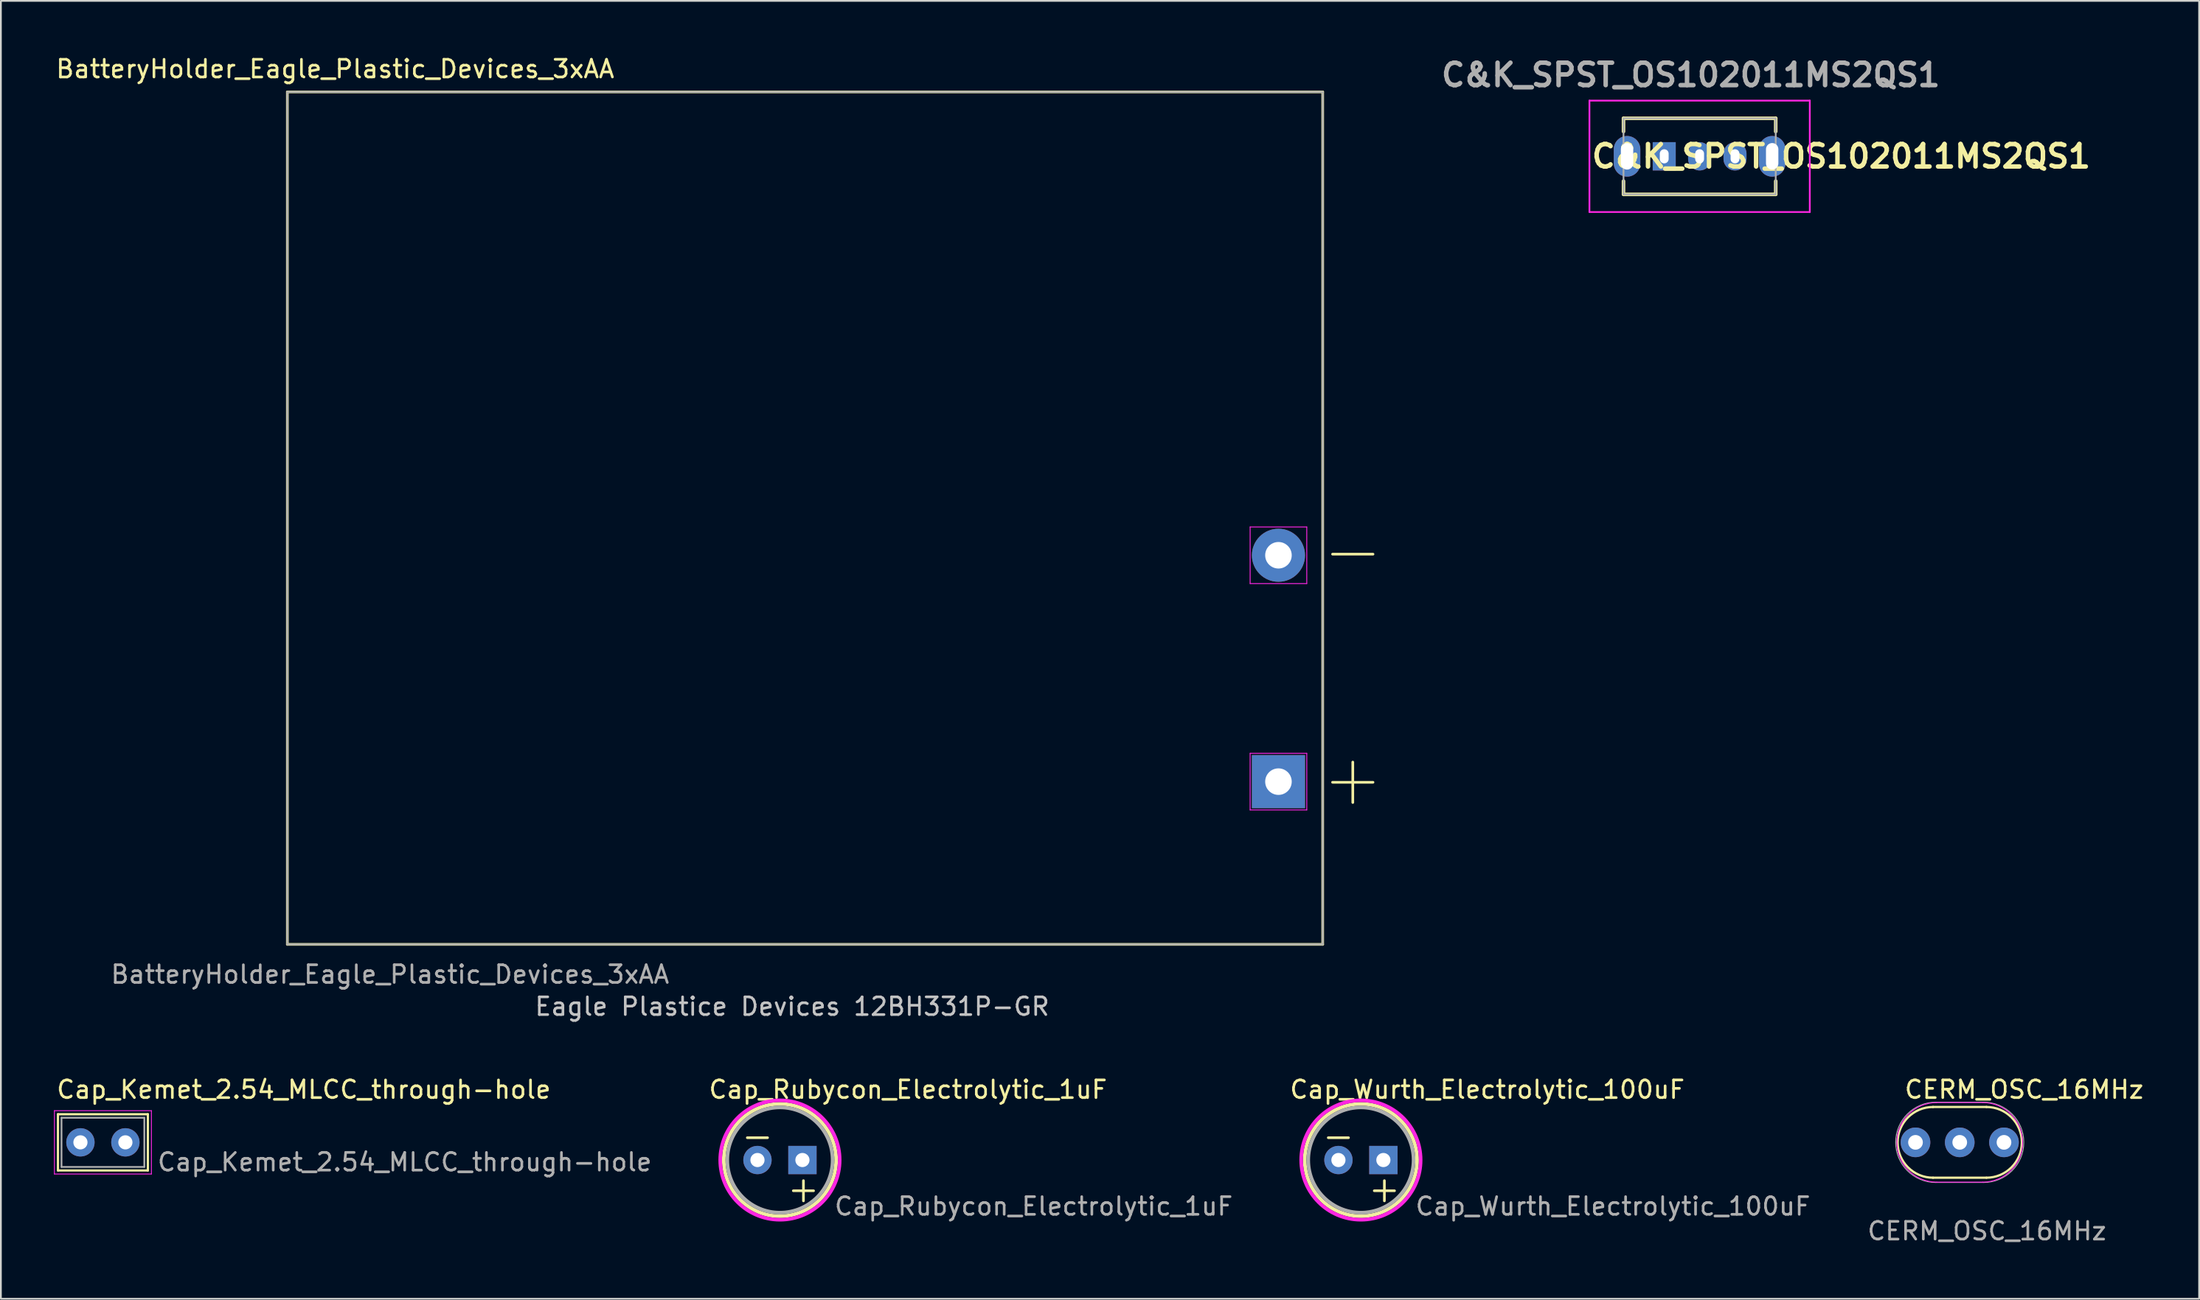
<source format=kicad_pcb>
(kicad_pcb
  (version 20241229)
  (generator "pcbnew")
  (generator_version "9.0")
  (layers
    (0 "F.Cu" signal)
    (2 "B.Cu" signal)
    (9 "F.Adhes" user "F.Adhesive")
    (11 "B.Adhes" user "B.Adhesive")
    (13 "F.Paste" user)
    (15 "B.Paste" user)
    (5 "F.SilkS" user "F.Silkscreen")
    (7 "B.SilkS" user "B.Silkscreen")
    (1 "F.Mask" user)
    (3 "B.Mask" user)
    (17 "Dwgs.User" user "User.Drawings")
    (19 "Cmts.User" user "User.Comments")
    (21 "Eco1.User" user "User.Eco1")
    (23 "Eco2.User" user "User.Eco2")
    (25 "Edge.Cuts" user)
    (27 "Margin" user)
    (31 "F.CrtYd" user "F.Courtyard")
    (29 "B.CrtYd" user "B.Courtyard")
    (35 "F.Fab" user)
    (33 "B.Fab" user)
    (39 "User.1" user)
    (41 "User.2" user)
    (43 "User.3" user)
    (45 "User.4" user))
  (footprint "CERM_OSC_16MHz"
    (layer "F.Cu")
    (at 107.682 61.545)
    (property "Reference" "CERM_OSC_16MHz" (at -3.2 -2.4 0) (unlocked yes) (layer "F.SilkS") (effects (font (size 1 1) (thickness 0.15)) (justify left bottom)))
    (fp_line (start -1.51 -2) (end 1.51 -2) (stroke (width 0.127) (type solid)) (layer "F.SilkS"))
    (fp_line (start 1.51 2) (end -1.51 2) (stroke (width 0.127) (type solid)) (layer "F.SilkS"))
    (fp_arc (start -1.51 2) (mid -3.51 0) (end -1.51 -2) (stroke (width 0.127) (type solid)) (layer "F.SilkS"))
    (fp_arc (start 1.51 -2) (mid 3.51 0) (end 1.51 2) (stroke (width 0.127) (type solid)) (layer "F.SilkS"))
    (fp_line (start -1.3 -2.25) (end 1.3 -2.25) (stroke (width 0.05) (type default)) (layer "F.CrtYd"))
    (fp_line (start -1.3 2.25) (end 1.3 2.25) (stroke (width 0.05) (type default)) (layer "F.CrtYd"))
    (fp_arc (start -1.3 2.25) (mid -3.55 0) (end -1.3 -2.25) (stroke (width 0.05) (type default)) (layer "F.CrtYd"))
    (fp_arc (start 1.3 -2.25) (mid 3.55 0) (end 1.3 2.25) (stroke (width 0.05) (type default)) (layer "F.CrtYd"))
    (fp_line (start -1.35 -2.27) (end 1.35 -2.27) (stroke (width 0.05) (type default)) (layer "F.Fab"))
    (fp_line (start -1.35 2.27) (end 1.35 2.27) (stroke (width 0.05) (type default)) (layer "F.Fab"))
    (fp_arc (start -1.35 2.27) (mid -3.62 0) (end -1.35 -2.27) (stroke (width 0.05) (type default)) (layer "F.Fab"))
    (fp_arc (start 1.35 -2.27) (mid 3.62 0) (end 1.35 2.27) (stroke (width 0.05) (type default)) (layer "F.Fab"))
    (fp_text user "${REFERENCE}" (at -5.3 5.6 0) (unlocked yes) (layer "F.Fab") (effects (font (size 1 1) (thickness 0.15)) (justify left bottom)))
    (pad "P$1" thru_hole circle (at -2.5 0) (size 1.676 1.676) (drill 0.83) (layers "*.Cu" "*.Mask"))
    (pad "P$2" thru_hole circle (at 0 0) (size 1.676 1.676) (drill 0.83) (layers "*.Cu" "*.Mask"))
    (pad "P$3" thru_hole circle (at 2.5 0) (size 1.676 1.676) (drill 0.83) (layers "*.Cu" "*.Mask")))
  (footprint "Cap_Kemet_2.54_MLCC_through-hole"
    (layer "F.Cu")
    (at 2.765 61.545)
    (property "Reference" "Cap_Kemet_2.54_MLCC_through-hole" (at -2.7 -2.4 0) (unlocked yes) (layer "F.SilkS") (effects (font (size 1 1) (thickness 0.15)) (justify left bottom)))
    (fp_line (start -2.54 -1.59) (end 2.54 -1.59) (stroke (width 0.127) (type solid)) (layer "F.SilkS"))
    (fp_line (start -2.54 1.59) (end -2.54 -1.59) (stroke (width 0.127) (type solid)) (layer "F.SilkS"))
    (fp_line (start 2.54 -1.59) (end 2.54 1.59) (stroke (width 0.127) (type solid)) (layer "F.SilkS"))
    (fp_line (start 2.54 1.59) (end -2.54 1.59) (stroke (width 0.127) (type solid)) (layer "F.SilkS"))
    (fp_line (start -2.74 -1.79) (end 2.74 -1.79) (stroke (width 0.05) (type default)) (layer "F.CrtYd"))
    (fp_line (start -2.74 1.79) (end -2.74 -1.79) (stroke (width 0.05) (type default)) (layer "F.CrtYd"))
    (fp_line (start 2.74 -1.79) (end 2.74 1.79) (stroke (width 0.05) (type default)) (layer "F.CrtYd"))
    (fp_line (start 2.74 1.79) (end -2.74 1.79) (stroke (width 0.05) (type default)) (layer "F.CrtYd"))
    (fp_line (start -2.34 -1.39) (end -2.34 1.39) (stroke (width 0.1) (type default)) (layer "F.Fab"))
    (fp_line (start -2.34 1.39) (end 2.34 1.39) (stroke (width 0.1) (type default)) (layer "F.Fab"))
    (fp_line (start 2.34 -1.39) (end -2.34 -1.39) (stroke (width 0.1) (type default)) (layer "F.Fab"))
    (fp_line (start 2.34 1.39) (end 2.34 -1.39) (stroke (width 0.1) (type default)) (layer "F.Fab"))
    (fp_text user "${REFERENCE}" (at 3 1.7 0) (unlocked yes) (layer "F.Fab") (effects (font (size 1 1) (thickness 0.15)) (justify left bottom)))
    (pad "1" thru_hole circle (at -1.27 0) (size 1.6 1.6) (drill 0.8) (layers "*.Cu" "*.Mask"))
    (pad "2" thru_hole circle (at 1.27 0) (size 1.6 1.6) (drill 0.8) (layers "*.Cu" "*.Mask")))
  (footprint "BatteryHolder_Eagle_Plastic_Devices_3xAA"
    (layer "F.Cu")
    (at 13.187 26.248)
    (property "Reference" "BatteryHolder_Eagle_Plastic_Devices_3xAA" (at 2.7 -25.4 0) (layer "F.SilkS") (effects (font (size 1 1) (thickness 0.15))))
    (attr through_hole)
    (fp_line (start 0 -24.1) (end 0 24.1) (stroke (width 0.15) (type solid)) (layer "F.SilkS"))
    (fp_line (start 0 -24.1) (end 58.5 -24.1) (stroke (width 0.15) (type solid)) (layer "F.SilkS"))
    (fp_line (start 0 24.1) (end 58.5 24.1) (stroke (width 0.15) (type solid)) (layer "F.SilkS"))
    (fp_line (start 58.5 -24.1) (end 58.5 24.1) (stroke (width 0.15) (type solid)) (layer "F.SilkS"))
    (fp_line (start 54.4 0.5) (end 54.4 3.7) (stroke (width 0.05) (type solid)) (layer "F.CrtYd"))
    (fp_line (start 54.4 13.3) (end 54.4 16.5) (stroke (width 0.05) (type solid)) (layer "F.CrtYd"))
    (fp_line (start 57.6 0.5) (end 54.4 0.5) (stroke (width 0.05) (type solid)) (layer "F.CrtYd"))
    (fp_line (start 57.6 0.5) (end 57.6 3.7) (stroke (width 0.05) (type solid)) (layer "F.CrtYd"))
    (fp_line (start 57.6 3.7) (end 54.4 3.7) (stroke (width 0.05) (type solid)) (layer "F.CrtYd"))
    (fp_line (start 57.6 13.3) (end 54.4 13.3) (stroke (width 0.05) (type solid)) (layer "F.CrtYd"))
    (fp_line (start 57.6 13.3) (end 57.6 16.5) (stroke (width 0.05) (type solid)) (layer "F.CrtYd"))
    (fp_line (start 57.6 16.5) (end 54.4 16.5) (stroke (width 0.05) (type solid)) (layer "F.CrtYd"))
    (fp_line (start 0 -24.1) (end 58.5 -24.1) (stroke (width 0.1) (type solid)) (layer "F.Fab"))
    (fp_line (start 0 24.1) (end 0 -24.1) (stroke (width 0.1) (type solid)) (layer "F.Fab"))
    (fp_line (start 58.5 -24.1) (end 58.5 24.1) (stroke (width 0.1) (type solid)) (layer "F.Fab"))
    (fp_line (start 58.5 24.1) (end 0 24.1) (stroke (width 0.1) (type solid)) (layer "F.Fab"))
    (fp_text user "+" (at 60.2 14.7 0) (layer "F.SilkS") (effects (font (size 3 3) (thickness 0.15))))
    (fp_text user "-" (at 60.2 1.8 0) (layer "F.SilkS") (effects (font (size 3 3) (thickness 0.15))))
    (fp_text user "Eagle Plastice Devices 12BH331P-GR" (at 13.9 28.2 0) (unlocked yes) (layer "Dwgs.User") (effects (font (size 1 1) (thickness 0.15)) (justify left bottom)))
    (fp_text user "${REFERENCE}" (at 5.8 25.8 0) (layer "F.Fab") (effects (font (size 1 1) (thickness 0.15))))
    (pad "+" thru_hole rect (at 56 14.9) (size 3 3) (drill 1.5) (layers "*.Cu" "*.Mask"))
    (pad "-" thru_hole circle (at 56 2.1) (size 3 3) (drill 1.5) (layers "*.Cu" "*.Mask")))
  (footprint "Cap_Wurth_Electrolytic_100uF"
    (layer "F.Cu")
    (at 73.846 62.545)
    (property "Reference" "Cap_Wurth_Electrolytic_100uF" (at -4.1 -3.4 0) (unlocked yes) (layer "F.SilkS") (effects (font (size 1 1) (thickness 0.15)) (justify left bottom)))
    (fp_circle (center 0 0) (end 3.175 0) (stroke (width 0.203) (type solid)) (fill no) (layer "F.SilkS"))
    (fp_circle (center 0 0) (end 3.375 0) (stroke (width 0.203) (type solid)) (fill no) (layer "F.CrtYd"))
    (fp_circle (center 0 0) (end 2.975 0) (stroke (width 0.203) (type solid)) (fill no) (layer "F.Fab"))
    (fp_text user "-" (at -2.3 -0.5 0) (unlocked yes) (layer "F.SilkS") (effects (font (size 1.5 1.5) (thickness 0.15)) (justify left bottom)))
    (fp_text user "+" (at 0.3 2.5 0) (unlocked yes) (layer "F.SilkS") (effects (font (size 1.5 1.5) (thickness 0.15)) (justify left bottom)))
    (fp_text user "${REFERENCE}" (at 3 3.2 0) (unlocked yes) (layer "F.Fab") (effects (font (size 1 1) (thickness 0.15)) (justify left bottom)))
    (pad "+" thru_hole rect (at 1.27 0) (size 1.6 1.6) (drill 0.8) (layers "*.Cu" "*.Mask"))
    (pad "-" thru_hole circle (at -1.27 0) (size 1.6 1.6) (drill 0.8) (layers "*.Cu" "*.Mask")))
  (footprint "C&K_SPST_OS102011MS2QS1"
    (layer "F.Cu")
    (at 90.984 5.789)
    (property "Reference" "C&K_SPST_OS102011MS2QS1" (at 10 0 0) (layer "F.SilkS") (effects (font (size 1.27 1.27) (thickness 0.254))))
    (attr through_hole)
    (fp_line (start -2.3 -2.15) (end 6.3 -2.15) (stroke (width 0.2) (type solid)) (layer "F.SilkS"))
    (fp_line (start -2.3 -1.4) (end -2.3 -2.15) (stroke (width 0.2) (type solid)) (layer "F.SilkS"))
    (fp_line (start -2.3 1.4) (end -2.3 2.15) (stroke (width 0.2) (type solid)) (layer "F.SilkS"))
    (fp_line (start -2.3 2.15) (end 6.3 2.15) (stroke (width 0.2) (type solid)) (layer "F.SilkS"))
    (fp_line (start 6.3 -2.15) (end 6.3 -1.4) (stroke (width 0.2) (type solid)) (layer "F.SilkS"))
    (fp_line (start 6.3 2.15) (end 6.3 1.4) (stroke (width 0.2) (type solid)) (layer "F.SilkS"))
    (fp_line (start -4.225 -3.15) (end 8.225 -3.15) (stroke (width 0.1) (type solid)) (layer "F.CrtYd"))
    (fp_line (start -4.225 3.15) (end -4.225 -3.15) (stroke (width 0.1) (type solid)) (layer "F.CrtYd"))
    (fp_line (start 8.225 -3.15) (end 8.225 3.15) (stroke (width 0.1) (type solid)) (layer "F.CrtYd"))
    (fp_line (start 8.225 3.15) (end -4.225 3.15) (stroke (width 0.1) (type solid)) (layer "F.CrtYd"))
    (fp_line (start -2.3 -2.15) (end 6.3 -2.15) (stroke (width 0.1) (type solid)) (layer "F.Fab"))
    (fp_line (start -2.3 2.15) (end -2.3 -2.15) (stroke (width 0.1) (type solid)) (layer "F.Fab"))
    (fp_line (start 6.3 -2.15) (end 6.3 2.15) (stroke (width 0.1) (type solid)) (layer "F.Fab"))
    (fp_line (start 6.3 2.15) (end -2.3 2.15) (stroke (width 0.1) (type solid)) (layer "F.Fab"))
    (fp_text user "${REFERENCE}" (at 1.5 -4.6 0) (layer "F.Fab") (effects (font (size 1.27 1.27) (thickness 0.254))))
    (pad "1" thru_hole rect (at 0 0) (size 1.3 1.6) (drill oval 0.5 0.8) (layers "*.Cu" "*.Mask"))
    (pad "2" thru_hole oval (at 2 0) (size 1.3 1.6) (drill oval 0.5 0.8) (layers "*.Cu" "*.Mask"))
    (pad "3" thru_hole oval (at 4 0) (size 1.3 1.6) (drill oval 0.5 0.8) (layers "*.Cu" "*.Mask"))
    (pad "4" thru_hole oval (at -2.1 0) (size 1.5 2.3) (drill oval 0.7 1.5) (layers "*.Cu" "*.Mask"))
    (pad "5" thru_hole oval (at 6.1 0) (size 1.5 2.3) (drill oval 0.7 1.5) (layers "*.Cu" "*.Mask")))
  (footprint "Cap_Rubycon_Electrolytic_1uF"
    (layer "F.Cu")
    (at 41.02 62.545)
    (property "Reference" "Cap_Rubycon_Electrolytic_1uF" (at -4.1 -3.4 0) (unlocked yes) (layer "F.SilkS") (effects (font (size 1 1) (thickness 0.15)) (justify left bottom)))
    (fp_circle (center 0 0) (end 3.175 0) (stroke (width 0.203) (type solid)) (fill no) (layer "F.SilkS"))
    (fp_circle (center 0 0) (end 3.375 0) (stroke (width 0.203) (type solid)) (fill no) (layer "F.CrtYd"))
    (fp_circle (center 0 0) (end 2.975 0) (stroke (width 0.203) (type solid)) (fill no) (layer "F.Fab"))
    (fp_text user "+" (at 0.3 2.5 0) (unlocked yes) (layer "F.SilkS") (effects (font (size 1.5 1.5) (thickness 0.15)) (justify left bottom)))
    (fp_text user "-" (at -2.3 -0.5 0) (unlocked yes) (layer "F.SilkS") (effects (font (size 1.5 1.5) (thickness 0.15)) (justify left bottom)))
    (fp_text user "${REFERENCE}" (at 3 3.2 0) (unlocked yes) (layer "F.Fab") (effects (font (size 1 1) (thickness 0.15)) (justify left bottom)))
    (pad "+" thru_hole rect (at 1.27 0) (size 1.6 1.6) (drill 0.8) (layers "*.Cu" "*.Mask"))
    (pad "-" thru_hole circle (at -1.27 0) (size 1.6 1.6) (drill 0.8) (layers "*.Cu" "*.Mask")))
  (gr_rect
    (start -3 -3)
    (end 121.208 70.391)
    (stroke (width 0.1) (type default))
    (fill no)
    (layer "Edge.Cuts")))
</source>
